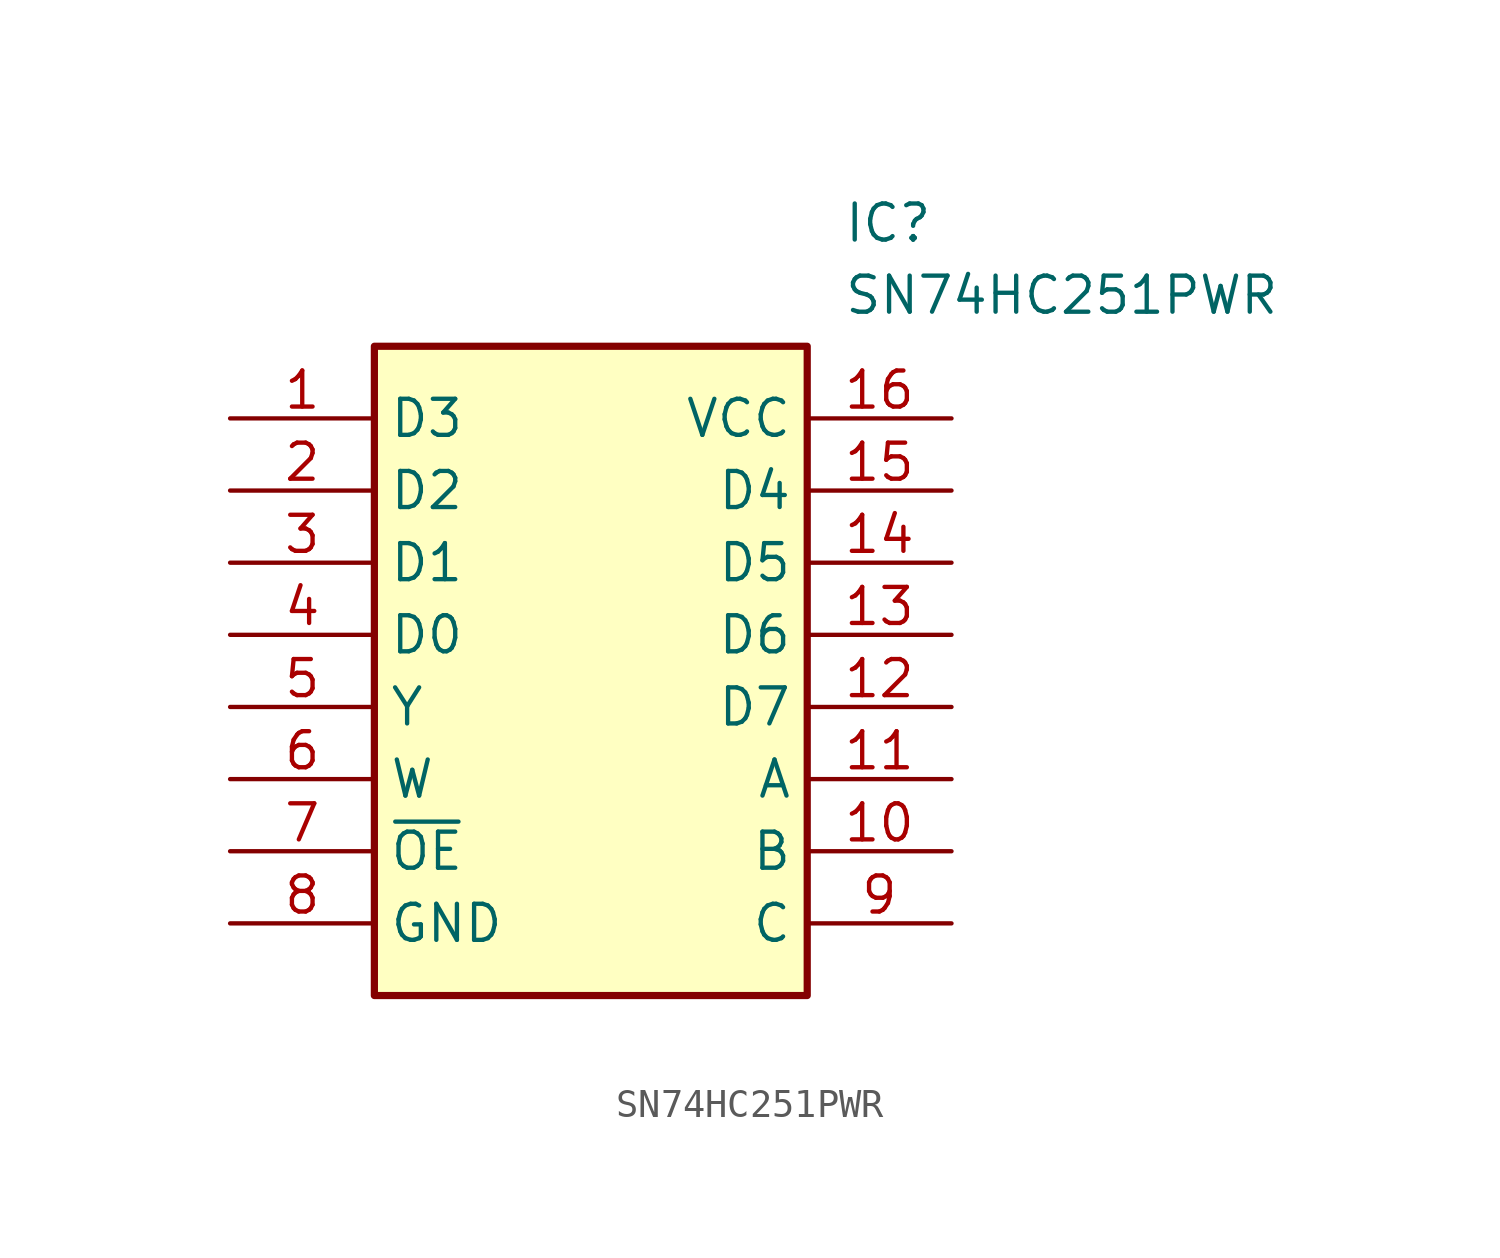
<source format=kicad_sym>
(kicad_symbol_lib
  (version 20211014)
  (generator SamacSys_ECAD_Model)
  (symbol "SN74HC251PWR"
    (property "Reference" "IC"
      (at 21.59 7.62 0)
      (effects (font (size 1.27 1.27)) (justify left top)))
    (property "Value" "SN74HC251PWR"
      (at 21.59 5.08 0)
      (effects (font (size 1.27 1.27)) (justify left top)))
    (rectangle
      (start 5.08 2.54)
      (end 20.32 -20.32)
      (stroke (width 0.254) (type default))
      (fill (type background)))
    (pin passive line
      (at 0 0 0)
      (length 5.08)
      (name "D3" (effects (font (size 1.27 1.27))))
      (number "1" (effects (font (size 1.27 1.27)))))
    (pin passive line
      (at 0 -2.54 0)
      (length 5.08)
      (name "D2" (effects (font (size 1.27 1.27))))
      (number "2" (effects (font (size 1.27 1.27)))))
    (pin passive line
      (at 0 -5.08 0)
      (length 5.08)
      (name "D1" (effects (font (size 1.27 1.27))))
      (number "3" (effects (font (size 1.27 1.27)))))
    (pin passive line
      (at 0 -7.62 0)
      (length 5.08)
      (name "D0" (effects (font (size 1.27 1.27))))
      (number "4" (effects (font (size 1.27 1.27)))))
    (pin passive line
      (at 0 -10.16 0)
      (length 5.08)
      (name "Y" (effects (font (size 1.27 1.27))))
      (number "5" (effects (font (size 1.27 1.27)))))
    (pin passive line
      (at 0 -12.7 0)
      (length 5.08)
      (name "W" (effects (font (size 1.27 1.27))))
      (number "6" (effects (font (size 1.27 1.27)))))
    (pin passive line
      (at 0 -15.24 0)
      (length 5.08)
      (name "~{OE}" (effects (font (size 1.27 1.27))))
      (number "7" (effects (font (size 1.27 1.27)))))
    (pin passive line
      (at 0 -17.78 0)
      (length 5.08)
      (name "GND" (effects (font (size 1.27 1.27))))
      (number "8" (effects (font (size 1.27 1.27)))))
    (pin passive line
      (at 25.4 0 180)
      (length 5.08)
      (name "VCC" (effects (font (size 1.27 1.27))))
      (number "16" (effects (font (size 1.27 1.27)))))
    (pin passive line
      (at 25.4 -2.54 180)
      (length 5.08)
      (name "D4" (effects (font (size 1.27 1.27))))
      (number "15" (effects (font (size 1.27 1.27)))))
    (pin passive line
      (at 25.4 -5.08 180)
      (length 5.08)
      (name "D5" (effects (font (size 1.27 1.27))))
      (number "14" (effects (font (size 1.27 1.27)))))
    (pin passive line
      (at 25.4 -7.62 180)
      (length 5.08)
      (name "D6" (effects (font (size 1.27 1.27))))
      (number "13" (effects (font (size 1.27 1.27)))))
    (pin passive line
      (at 25.4 -10.16 180)
      (length 5.08)
      (name "D7" (effects (font (size 1.27 1.27))))
      (number "12" (effects (font (size 1.27 1.27)))))
    (pin passive line
      (at 25.4 -12.7 180)
      (length 5.08)
      (name "A" (effects (font (size 1.27 1.27))))
      (number "11" (effects (font (size 1.27 1.27)))))
    (pin passive line
      (at 25.4 -15.24 180)
      (length 5.08)
      (name "B" (effects (font (size 1.27 1.27))))
      (number "10" (effects (font (size 1.27 1.27)))))
    (pin passive line
      (at 25.4 -17.78 180)
      (length 5.08)
      (name "C" (effects (font (size 1.27 1.27))))
      (number "9" (effects (font (size 1.27 1.27)))))))
</source>
